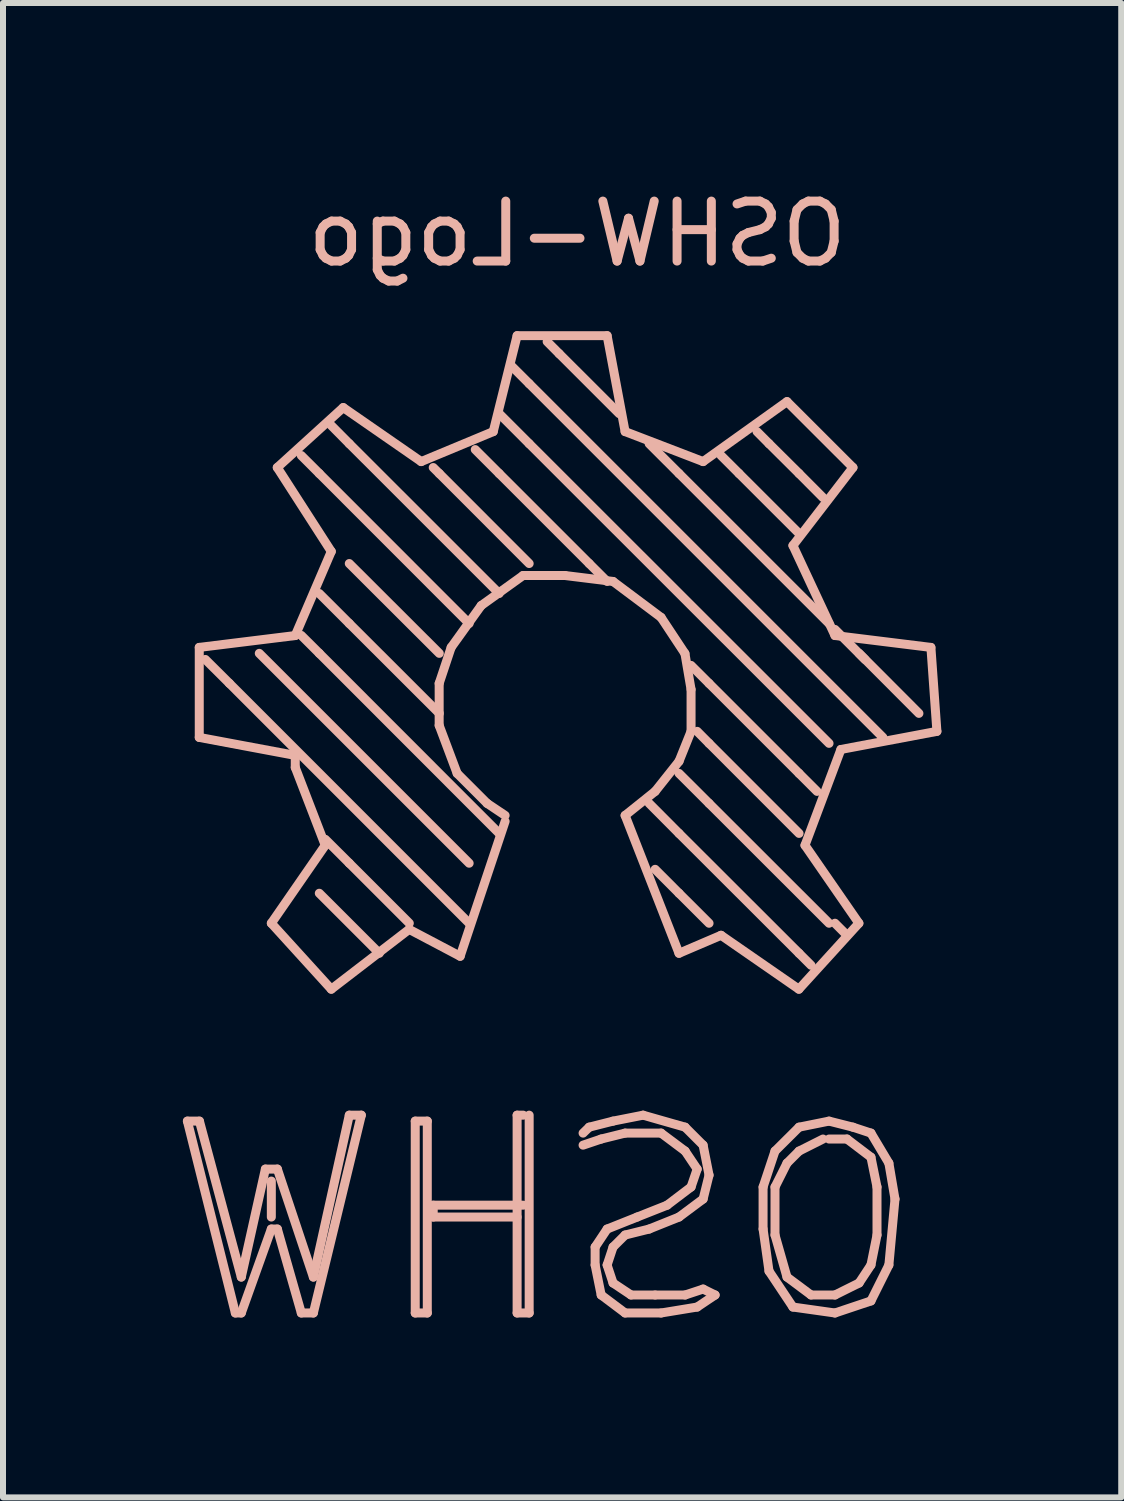
<source format=kicad_pcb>
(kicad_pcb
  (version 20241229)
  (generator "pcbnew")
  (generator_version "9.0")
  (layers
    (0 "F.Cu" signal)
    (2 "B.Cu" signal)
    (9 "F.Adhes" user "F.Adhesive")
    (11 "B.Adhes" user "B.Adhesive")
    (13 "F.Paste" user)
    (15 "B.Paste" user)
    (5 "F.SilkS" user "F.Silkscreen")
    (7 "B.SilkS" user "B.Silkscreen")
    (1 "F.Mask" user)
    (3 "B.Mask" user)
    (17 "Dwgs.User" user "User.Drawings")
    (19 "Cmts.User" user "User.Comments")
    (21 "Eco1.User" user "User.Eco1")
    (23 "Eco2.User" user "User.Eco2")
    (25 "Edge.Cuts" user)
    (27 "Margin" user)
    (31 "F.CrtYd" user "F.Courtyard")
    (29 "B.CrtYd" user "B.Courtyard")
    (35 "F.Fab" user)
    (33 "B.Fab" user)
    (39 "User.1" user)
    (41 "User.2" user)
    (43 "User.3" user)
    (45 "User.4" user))
  (footprint "OSHW-Logo"
    (layer "F.Cu")
    (at 6.406 8.764)
    (property "Reference" "OSHW-Logo" (at 0.169 -7.915 180) (layer "B.SilkS") (effects (font (size 1 1) (thickness 0.15)) (justify mirror)))
    (attr through_hole)
    (fp_line (start -6.331 6.883) (end -6.13 6.883) (stroke (width 0.15) (type solid)) (layer "B.SilkS"))
    (fp_line (start -6.133 -1.017) (end -4.532 -1.215) (stroke (width 0.15) (type solid)) (layer "B.SilkS"))
    (fp_line (start -6.133 0.484) (end -6.133 -1.017) (stroke (width 0.15) (type solid)) (layer "B.SilkS"))
    (fp_line (start -6.13 6.883) (end -5.432 9.484) (stroke (width 0.15) (type solid)) (layer "B.SilkS"))
    (fp_line (start -5.63 -0.417) (end -6.031 -0.816) (stroke (width 0.15) (type solid)) (layer "B.SilkS"))
    (fp_line (start -5.63 -0.417) (end -1.632 3.583) (stroke (width 0.15) (type solid)) (layer "B.SilkS"))
    (fp_line (start -5.531 10.083) (end -6.331 6.883) (stroke (width 0.15) (type solid)) (layer "B.SilkS"))
    (fp_line (start -5.432 9.484) (end -5.03 7.683) (stroke (width 0.15) (type solid)) (layer "B.SilkS"))
    (fp_line (start -5.432 10.083) (end -5.531 10.083) (stroke (width 0.15) (type solid)) (layer "B.SilkS"))
    (fp_line (start -5.132 -0.918) (end -1.632 2.582) (stroke (width 0.15) (type solid)) (layer "B.SilkS"))
    (fp_line (start -5.03 7.683) (end -4.83 7.683) (stroke (width 0.15) (type solid)) (layer "B.SilkS"))
    (fp_line (start -4.931 3.583) (end -4.032 2.283) (stroke (width 0.15) (type solid)) (layer "B.SilkS"))
    (fp_line (start -4.931 7.883) (end -4.931 8.483) (stroke (width 0.15) (type solid)) (layer "B.SilkS"))
    (fp_line (start -4.931 8.683) (end -5.432 10.083) (stroke (width 0.15) (type solid)) (layer "B.SilkS"))
    (fp_line (start -4.832 -4.017) (end -3.732 -5.017) (stroke (width 0.15) (type solid)) (layer "B.SilkS"))
    (fp_line (start -4.83 7.683) (end -4.23 9.484) (stroke (width 0.15) (type solid)) (layer "B.SilkS"))
    (fp_line (start -4.83 8.683) (end -4.931 8.683) (stroke (width 0.15) (type solid)) (layer "B.SilkS"))
    (fp_line (start -4.532 -1.215) (end -3.931 -2.617) (stroke (width 0.15) (type solid)) (layer "B.SilkS"))
    (fp_line (start -4.532 0.784) (end -6.133 0.484) (stroke (width 0.15) (type solid)) (layer "B.SilkS"))
    (fp_line (start -4.532 0.985) (end -4.532 0.784) (stroke (width 0.15) (type solid)) (layer "B.SilkS"))
    (fp_line (start -4.431 10.083) (end -4.83 8.683) (stroke (width 0.15) (type solid)) (layer "B.SilkS"))
    (fp_line (start -4.23 9.484) (end -3.631 6.784) (stroke (width 0.15) (type solid)) (layer "B.SilkS"))
    (fp_line (start -4.23 10.083) (end -4.431 10.083) (stroke (width 0.15) (type solid)) (layer "B.SilkS"))
    (fp_line (start -4.131 -3.917) (end -4.431 -4.217) (stroke (width 0.15) (type solid)) (layer "B.SilkS"))
    (fp_line (start -4.131 -3.917) (end -1.632 -1.416) (stroke (width 0.15) (type solid)) (layer "B.SilkS"))
    (fp_line (start -4.131 -0.918) (end -4.431 -1.217) (stroke (width 0.15) (type solid)) (layer "B.SilkS"))
    (fp_line (start -4.131 -0.918) (end -1.131 2.085) (stroke (width 0.15) (type solid)) (layer "B.SilkS"))
    (fp_line (start -4.131 3.083) (end -3.13 4.084) (stroke (width 0.15) (type solid)) (layer "B.SilkS"))
    (fp_line (start -4.032 2.283) (end -4.532 0.985) (stroke (width 0.15) (type solid)) (layer "B.SilkS"))
    (fp_line (start -3.931 -2.617) (end -4.832 -4.017) (stroke (width 0.15) (type solid)) (layer "B.SilkS"))
    (fp_line (start -3.931 4.683) (end -4.931 3.583) (stroke (width 0.15) (type solid)) (layer "B.SilkS"))
    (fp_line (start -3.732 -5.017) (end -2.432 -4.116) (stroke (width 0.15) (type solid)) (layer "B.SilkS"))
    (fp_line (start -3.631 -4.415) (end -3.931 -4.718) (stroke (width 0.15) (type solid)) (layer "B.SilkS"))
    (fp_line (start -3.631 -4.415) (end -1.131 -1.916) (stroke (width 0.15) (type solid)) (layer "B.SilkS"))
    (fp_line (start -3.631 -2.416) (end -2.13 -0.918) (stroke (width 0.15) (type solid)) (layer "B.SilkS"))
    (fp_line (start -3.631 -1.416) (end -4.131 -1.916) (stroke (width 0.15) (type solid)) (layer "B.SilkS"))
    (fp_line (start -3.631 -1.416) (end -2.13 0.083) (stroke (width 0.15) (type solid)) (layer "B.SilkS"))
    (fp_line (start -3.631 2.582) (end -4.03 2.184) (stroke (width 0.15) (type solid)) (layer "B.SilkS"))
    (fp_line (start -3.631 2.582) (end -2.63 3.583) (stroke (width 0.15) (type solid)) (layer "B.SilkS"))
    (fp_line (start -3.631 6.784) (end -3.43 6.784) (stroke (width 0.15) (type solid)) (layer "B.SilkS"))
    (fp_line (start -3.43 6.784) (end -4.23 10.083) (stroke (width 0.15) (type solid)) (layer "B.SilkS"))
    (fp_line (start -2.633 3.685) (end -3.931 4.683) (stroke (width 0.15) (type solid)) (layer "B.SilkS"))
    (fp_line (start -2.531 6.883) (end -2.33 6.883) (stroke (width 0.15) (type solid)) (layer "B.SilkS"))
    (fp_line (start -2.531 10.083) (end -2.531 6.883) (stroke (width 0.15) (type solid)) (layer "B.SilkS"))
    (fp_line (start -2.432 -4.116) (end -1.23 -4.616) (stroke (width 0.15) (type solid)) (layer "B.SilkS"))
    (fp_line (start -2.33 6.883) (end -2.33 10.083) (stroke (width 0.15) (type solid)) (layer "B.SilkS"))
    (fp_line (start -2.33 10.083) (end -2.531 10.083) (stroke (width 0.15) (type solid)) (layer "B.SilkS"))
    (fp_line (start -2.231 8.285) (end -2.231 8.483) (stroke (width 0.15) (type solid)) (layer "B.SilkS"))
    (fp_line (start -2.231 8.483) (end -0.832 8.483) (stroke (width 0.15) (type solid)) (layer "B.SilkS"))
    (fp_line (start -2.132 -0.417) (end -2.132 0.284) (stroke (width 0.15) (type solid)) (layer "B.SilkS"))
    (fp_line (start -2.132 0.284) (end -1.832 1.084) (stroke (width 0.15) (type solid)) (layer "B.SilkS"))
    (fp_line (start -2.13 -3.917) (end -2.231 -4.017) (stroke (width 0.15) (type solid)) (layer "B.SilkS"))
    (fp_line (start -2.13 -3.917) (end -0.631 -2.416) (stroke (width 0.15) (type solid)) (layer "B.SilkS"))
    (fp_line (start -1.932 -1.017) (end -2.132 -0.417) (stroke (width 0.15) (type solid)) (layer "B.SilkS"))
    (fp_line (start -1.832 1.084) (end -1.332 1.584) (stroke (width 0.15) (type solid)) (layer "B.SilkS"))
    (fp_line (start -1.782 4.134) (end -2.633 3.685) (stroke (width 0.15) (type solid)) (layer "B.SilkS"))
    (fp_line (start -1.431 -1.715) (end -1.932 -1.017) (stroke (width 0.15) (type solid)) (layer "B.SilkS"))
    (fp_line (start -1.332 1.584) (end -1.032 1.785) (stroke (width 0.15) (type solid)) (layer "B.SilkS"))
    (fp_line (start -1.23 -4.616) (end -0.832 -6.216) (stroke (width 0.15) (type solid)) (layer "B.SilkS"))
    (fp_line (start -1.131 -3.917) (end -1.53 -4.316) (stroke (width 0.15) (type solid)) (layer "B.SilkS"))
    (fp_line (start -1.131 -3.917) (end 0.37 -2.416) (stroke (width 0.15) (type solid)) (layer "B.SilkS"))
    (fp_line (start -1.032 1.884) (end -1.782 4.134) (stroke (width 0.15) (type solid)) (layer "B.SilkS"))
    (fp_line (start -0.832 -6.216) (end 0.669 -6.216) (stroke (width 0.15) (type solid)) (layer "B.SilkS"))
    (fp_line (start -0.832 6.784) (end -0.73 6.784) (stroke (width 0.15) (type solid)) (layer "B.SilkS"))
    (fp_line (start -0.832 10.083) (end -0.832 6.784) (stroke (width 0.15) (type solid)) (layer "B.SilkS"))
    (fp_line (start -0.733 -2.216) (end -1.431 -1.715) (stroke (width 0.15) (type solid)) (layer "B.SilkS"))
    (fp_line (start -0.73 8.285) (end -2.231 8.285) (stroke (width 0.15) (type solid)) (layer "B.SilkS"))
    (fp_line (start -0.631 -5.416) (end -0.931 -5.716) (stroke (width 0.15) (type solid)) (layer "B.SilkS"))
    (fp_line (start -0.631 -5.416) (end 5.269 0.484) (stroke (width 0.15) (type solid)) (layer "B.SilkS"))
    (fp_line (start -0.631 -4.415) (end -1.131 -4.916) (stroke (width 0.15) (type solid)) (layer "B.SilkS"))
    (fp_line (start -0.631 -4.415) (end 4.37 0.583) (stroke (width 0.15) (type solid)) (layer "B.SilkS"))
    (fp_line (start -0.631 6.784) (end -0.631 10.083) (stroke (width 0.15) (type solid)) (layer "B.SilkS"))
    (fp_line (start -0.631 10.083) (end -0.832 10.083) (stroke (width 0.15) (type solid)) (layer "B.SilkS"))
    (fp_line (start -0.131 -5.916) (end -0.331 -6.117) (stroke (width 0.15) (type solid)) (layer "B.SilkS"))
    (fp_line (start -0.131 -5.916) (end 0.87 -4.916) (stroke (width 0.15) (type solid)) (layer "B.SilkS"))
    (fp_line (start -0.032 -2.216) (end -0.733 -2.216) (stroke (width 0.15) (type solid)) (layer "B.SilkS"))
    (fp_line (start 0.268 7.083) (end 0.37 6.984) (stroke (width 0.15) (type solid)) (layer "B.SilkS"))
    (fp_line (start 0.37 -2.416) (end 0.669 -2.117) (stroke (width 0.15) (type solid)) (layer "B.SilkS"))
    (fp_line (start 0.37 6.984) (end 0.768 6.883) (stroke (width 0.15) (type solid)) (layer "B.SilkS"))
    (fp_line (start 0.469 8.983) (end 0.669 8.683) (stroke (width 0.15) (type solid)) (layer "B.SilkS"))
    (fp_line (start 0.469 9.283) (end 0.469 8.983) (stroke (width 0.15) (type solid)) (layer "B.SilkS"))
    (fp_line (start 0.57 7.182) (end 0.268 7.284) (stroke (width 0.15) (type solid)) (layer "B.SilkS"))
    (fp_line (start 0.57 9.783) (end 0.469 9.283) (stroke (width 0.15) (type solid)) (layer "B.SilkS"))
    (fp_line (start 0.669 -6.216) (end 0.969 -4.616) (stroke (width 0.15) (type solid)) (layer "B.SilkS"))
    (fp_line (start 0.669 8.683) (end 1.17 8.483) (stroke (width 0.15) (type solid)) (layer "B.SilkS"))
    (fp_line (start 0.669 9.283) (end 0.768 9.583) (stroke (width 0.15) (type solid)) (layer "B.SilkS"))
    (fp_line (start 0.768 -2.117) (end -0.032 -2.216) (stroke (width 0.15) (type solid)) (layer "B.SilkS"))
    (fp_line (start 0.768 6.883) (end 1.269 6.784) (stroke (width 0.15) (type solid)) (layer "B.SilkS"))
    (fp_line (start 0.768 8.983) (end 0.669 9.283) (stroke (width 0.15) (type solid)) (layer "B.SilkS"))
    (fp_line (start 0.768 9.583) (end 1.068 9.783) (stroke (width 0.15) (type solid)) (layer "B.SilkS"))
    (fp_line (start 0.969 -4.616) (end 2.27 -4.116) (stroke (width 0.15) (type solid)) (layer "B.SilkS"))
    (fp_line (start 0.969 1.785) (end 1.47 1.384) (stroke (width 0.15) (type solid)) (layer "B.SilkS"))
    (fp_line (start 0.969 7.083) (end 0.57 7.182) (stroke (width 0.15) (type solid)) (layer "B.SilkS"))
    (fp_line (start 0.969 8.783) (end 0.768 8.983) (stroke (width 0.15) (type solid)) (layer "B.SilkS"))
    (fp_line (start 0.969 10.083) (end 0.57 9.783) (stroke (width 0.15) (type solid)) (layer "B.SilkS"))
    (fp_line (start 1.068 9.783) (end 1.47 9.783) (stroke (width 0.15) (type solid)) (layer "B.SilkS"))
    (fp_line (start 1.17 8.483) (end 1.67 8.285) (stroke (width 0.15) (type solid)) (layer "B.SilkS"))
    (fp_line (start 1.269 6.784) (end 1.97 6.984) (stroke (width 0.15) (type solid)) (layer "B.SilkS"))
    (fp_line (start 1.37 8.683) (end 0.969 8.783) (stroke (width 0.15) (type solid)) (layer "B.SilkS"))
    (fp_line (start 1.47 1.384) (end 1.868 0.883) (stroke (width 0.15) (type solid)) (layer "B.SilkS"))
    (fp_line (start 1.47 9.783) (end 1.97 9.783) (stroke (width 0.15) (type solid)) (layer "B.SilkS"))
    (fp_line (start 1.569 -1.517) (end 0.768 -2.117) (stroke (width 0.15) (type solid)) (layer "B.SilkS"))
    (fp_line (start 1.569 7.083) (end 0.969 7.083) (stroke (width 0.15) (type solid)) (layer "B.SilkS"))
    (fp_line (start 1.569 10.083) (end 0.969 10.083) (stroke (width 0.15) (type solid)) (layer "B.SilkS"))
    (fp_line (start 1.67 8.285) (end 2.069 7.982) (stroke (width 0.15) (type solid)) (layer "B.SilkS"))
    (fp_line (start 1.868 -3.917) (end 1.37 -4.415) (stroke (width 0.15) (type solid)) (layer "B.SilkS"))
    (fp_line (start 1.868 -3.917) (end 4.37 -1.416) (stroke (width 0.15) (type solid)) (layer "B.SilkS"))
    (fp_line (start 1.868 0.883) (end 2.069 0.383) (stroke (width 0.15) (type solid)) (layer "B.SilkS"))
    (fp_line (start 1.868 2.085) (end 1.37 1.584) (stroke (width 0.15) (type solid)) (layer "B.SilkS"))
    (fp_line (start 1.868 2.085) (end 3.87 4.084) (stroke (width 0.15) (type solid)) (layer "B.SilkS"))
    (fp_line (start 1.868 3.083) (end 1.47 2.684) (stroke (width 0.15) (type solid)) (layer "B.SilkS"))
    (fp_line (start 1.868 3.083) (end 2.369 3.583) (stroke (width 0.15) (type solid)) (layer "B.SilkS"))
    (fp_line (start 1.868 4.084) (end 0.969 1.785) (stroke (width 0.15) (type solid)) (layer "B.SilkS"))
    (fp_line (start 1.868 8.483) (end 1.37 8.683) (stroke (width 0.15) (type solid)) (layer "B.SilkS"))
    (fp_line (start 1.967 -0.915) (end 1.569 -1.517) (stroke (width 0.15) (type solid)) (layer "B.SilkS"))
    (fp_line (start 1.97 6.984) (end 2.27 7.284) (stroke (width 0.15) (type solid)) (layer "B.SilkS"))
    (fp_line (start 1.97 7.383) (end 1.569 7.083) (stroke (width 0.15) (type solid)) (layer "B.SilkS"))
    (fp_line (start 1.97 9.783) (end 2.27 9.684) (stroke (width 0.15) (type solid)) (layer "B.SilkS"))
    (fp_line (start 2.069 -0.316) (end 1.967 -0.915) (stroke (width 0.15) (type solid)) (layer "B.SilkS"))
    (fp_line (start 2.069 0.383) (end 2.069 -0.316) (stroke (width 0.15) (type solid)) (layer "B.SilkS"))
    (fp_line (start 2.069 7.982) (end 2.171 7.683) (stroke (width 0.15) (type solid)) (layer "B.SilkS"))
    (fp_line (start 2.171 7.683) (end 1.97 7.383) (stroke (width 0.15) (type solid)) (layer "B.SilkS"))
    (fp_line (start 2.171 9.984) (end 1.569 10.083) (stroke (width 0.15) (type solid)) (layer "B.SilkS"))
    (fp_line (start 2.27 -4.116) (end 3.669 -5.116) (stroke (width 0.15) (type solid)) (layer "B.SilkS"))
    (fp_line (start 2.27 7.284) (end 2.369 7.784) (stroke (width 0.15) (type solid)) (layer "B.SilkS"))
    (fp_line (start 2.27 8.183) (end 1.868 8.483) (stroke (width 0.15) (type solid)) (layer "B.SilkS"))
    (fp_line (start 2.27 9.684) (end 2.47 9.783) (stroke (width 0.15) (type solid)) (layer "B.SilkS"))
    (fp_line (start 2.369 -0.417) (end 2.069 -0.717) (stroke (width 0.15) (type solid)) (layer "B.SilkS"))
    (fp_line (start 2.369 -0.417) (end 3.87 1.084) (stroke (width 0.15) (type solid)) (layer "B.SilkS"))
    (fp_line (start 2.369 0.583) (end 2.171 0.383) (stroke (width 0.15) (type solid)) (layer "B.SilkS"))
    (fp_line (start 2.369 0.583) (end 3.87 2.085) (stroke (width 0.15) (type solid)) (layer "B.SilkS"))
    (fp_line (start 2.369 1.584) (end 1.868 1.084) (stroke (width 0.15) (type solid)) (layer "B.SilkS"))
    (fp_line (start 2.369 1.584) (end 4.37 3.583) (stroke (width 0.15) (type solid)) (layer "B.SilkS"))
    (fp_line (start 2.369 7.784) (end 2.27 8.183) (stroke (width 0.15) (type solid)) (layer "B.SilkS"))
    (fp_line (start 2.47 9.783) (end 2.171 9.984) (stroke (width 0.15) (type solid)) (layer "B.SilkS"))
    (fp_line (start 2.569 3.784) (end 1.868 4.084) (stroke (width 0.15) (type solid)) (layer "B.SilkS"))
    (fp_line (start 2.869 -3.917) (end 2.569 -4.217) (stroke (width 0.15) (type solid)) (layer "B.SilkS"))
    (fp_line (start 2.869 -3.917) (end 3.87 -2.917) (stroke (width 0.15) (type solid)) (layer "B.SilkS"))
    (fp_line (start 3.27 7.982) (end 3.469 7.383) (stroke (width 0.15) (type solid)) (layer "B.SilkS"))
    (fp_line (start 3.27 8.683) (end 3.27 7.982) (stroke (width 0.15) (type solid)) (layer "B.SilkS"))
    (fp_line (start 3.369 -4.415) (end 3.169 -4.616) (stroke (width 0.15) (type solid)) (layer "B.SilkS"))
    (fp_line (start 3.369 -4.415) (end 3.87 -3.917) (stroke (width 0.15) (type solid)) (layer "B.SilkS"))
    (fp_line (start 3.369 9.385) (end 3.27 8.683) (stroke (width 0.15) (type solid)) (layer "B.SilkS"))
    (fp_line (start 3.469 7.383) (end 3.87 6.984) (stroke (width 0.15) (type solid)) (layer "B.SilkS"))
    (fp_line (start 3.469 7.982) (end 3.669 7.584) (stroke (width 0.15) (type solid)) (layer "B.SilkS"))
    (fp_line (start 3.469 8.783) (end 3.469 7.982) (stroke (width 0.15) (type solid)) (layer "B.SilkS"))
    (fp_line (start 3.669 -5.116) (end 4.769 -4.017) (stroke (width 0.15) (type solid)) (layer "B.SilkS"))
    (fp_line (start 3.669 7.584) (end 3.87 7.383) (stroke (width 0.15) (type solid)) (layer "B.SilkS"))
    (fp_line (start 3.669 9.484) (end 3.469 8.783) (stroke (width 0.15) (type solid)) (layer "B.SilkS"))
    (fp_line (start 3.768 -2.716) (end 4.469 -1.215) (stroke (width 0.15) (type solid)) (layer "B.SilkS"))
    (fp_line (start 3.768 9.984) (end 3.369 9.385) (stroke (width 0.15) (type solid)) (layer "B.SilkS"))
    (fp_line (start 3.867 4.683) (end 2.569 3.784) (stroke (width 0.15) (type solid)) (layer "B.SilkS"))
    (fp_line (start 3.87 -3.917) (end 4.269 -3.516) (stroke (width 0.15) (type solid)) (layer "B.SilkS"))
    (fp_line (start 3.87 1.084) (end 4.17 1.384) (stroke (width 0.15) (type solid)) (layer "B.SilkS"))
    (fp_line (start 3.87 4.084) (end 4.07 4.284) (stroke (width 0.15) (type solid)) (layer "B.SilkS"))
    (fp_line (start 3.87 6.984) (end 4.37 6.883) (stroke (width 0.15) (type solid)) (layer "B.SilkS"))
    (fp_line (start 3.87 7.383) (end 4.269 7.182) (stroke (width 0.15) (type solid)) (layer "B.SilkS"))
    (fp_line (start 3.969 2.283) (end 4.868 3.583) (stroke (width 0.15) (type solid)) (layer "B.SilkS"))
    (fp_line (start 4.07 9.783) (end 3.669 9.484) (stroke (width 0.15) (type solid)) (layer "B.SilkS"))
    (fp_line (start 4.37 6.883) (end 4.769 6.984) (stroke (width 0.15) (type solid)) (layer "B.SilkS"))
    (fp_line (start 4.37 7.182) (end 4.67 7.182) (stroke (width 0.15) (type solid)) (layer "B.SilkS"))
    (fp_line (start 4.469 -1.215) (end 6.069 -1.017) (stroke (width 0.15) (type solid)) (layer "B.SilkS"))
    (fp_line (start 4.469 3.583) (end 4.67 3.784) (stroke (width 0.15) (type solid)) (layer "B.SilkS"))
    (fp_line (start 4.469 9.783) (end 4.07 9.783) (stroke (width 0.15) (type solid)) (layer "B.SilkS"))
    (fp_line (start 4.469 10.083) (end 3.768 9.984) (stroke (width 0.15) (type solid)) (layer "B.SilkS"))
    (fp_line (start 4.568 0.685) (end 3.969 2.283) (stroke (width 0.15) (type solid)) (layer "B.SilkS"))
    (fp_line (start 4.67 7.182) (end 5.069 7.485) (stroke (width 0.15) (type solid)) (layer "B.SilkS"))
    (fp_line (start 4.769 -4.017) (end 3.768 -2.716) (stroke (width 0.15) (type solid)) (layer "B.SilkS"))
    (fp_line (start 4.769 6.984) (end 5.069 7.083) (stroke (width 0.15) (type solid)) (layer "B.SilkS"))
    (fp_line (start 4.868 3.583) (end 3.867 4.683) (stroke (width 0.15) (type solid)) (layer "B.SilkS"))
    (fp_line (start 4.871 -0.918) (end 5.869 0.083) (stroke (width 0.15) (type solid)) (layer "B.SilkS"))
    (fp_line (start 4.871 9.583) (end 4.469 9.783) (stroke (width 0.15) (type solid)) (layer "B.SilkS"))
    (fp_line (start 4.97 -0.816) (end 4.469 -1.317) (stroke (width 0.15) (type solid)) (layer "B.SilkS"))
    (fp_line (start 5.069 7.083) (end 5.368 7.584) (stroke (width 0.15) (type solid)) (layer "B.SilkS"))
    (fp_line (start 5.069 7.485) (end 5.17 7.982) (stroke (width 0.15) (type solid)) (layer "B.SilkS"))
    (fp_line (start 5.069 9.283) (end 4.871 9.583) (stroke (width 0.15) (type solid)) (layer "B.SilkS"))
    (fp_line (start 5.069 9.882) (end 4.469 10.083) (stroke (width 0.15) (type solid)) (layer "B.SilkS"))
    (fp_line (start 5.17 7.982) (end 5.17 8.783) (stroke (width 0.15) (type solid)) (layer "B.SilkS"))
    (fp_line (start 5.17 8.783) (end 5.069 9.283) (stroke (width 0.15) (type solid)) (layer "B.SilkS"))
    (fp_line (start 5.368 7.584) (end 5.47 8.183) (stroke (width 0.15) (type solid)) (layer "B.SilkS"))
    (fp_line (start 5.368 9.283) (end 5.069 9.882) (stroke (width 0.15) (type solid)) (layer "B.SilkS"))
    (fp_line (start 5.47 8.183) (end 5.368 9.283) (stroke (width 0.15) (type solid)) (layer "B.SilkS"))
    (fp_line (start 6.069 -1.017) (end 6.169 0.383) (stroke (width 0.15) (type solid)) (layer "B.SilkS"))
    (fp_line (start 6.169 0.383) (end 4.568 0.685) (stroke (width 0.15) (type solid)) (layer "B.SilkS")))
  (gr_rect
    (start -3 -3)
    (end 15.649 21.922)
    (stroke (width 0.1) (type default))
    (fill no)
    (layer "Edge.Cuts")))
</source>
